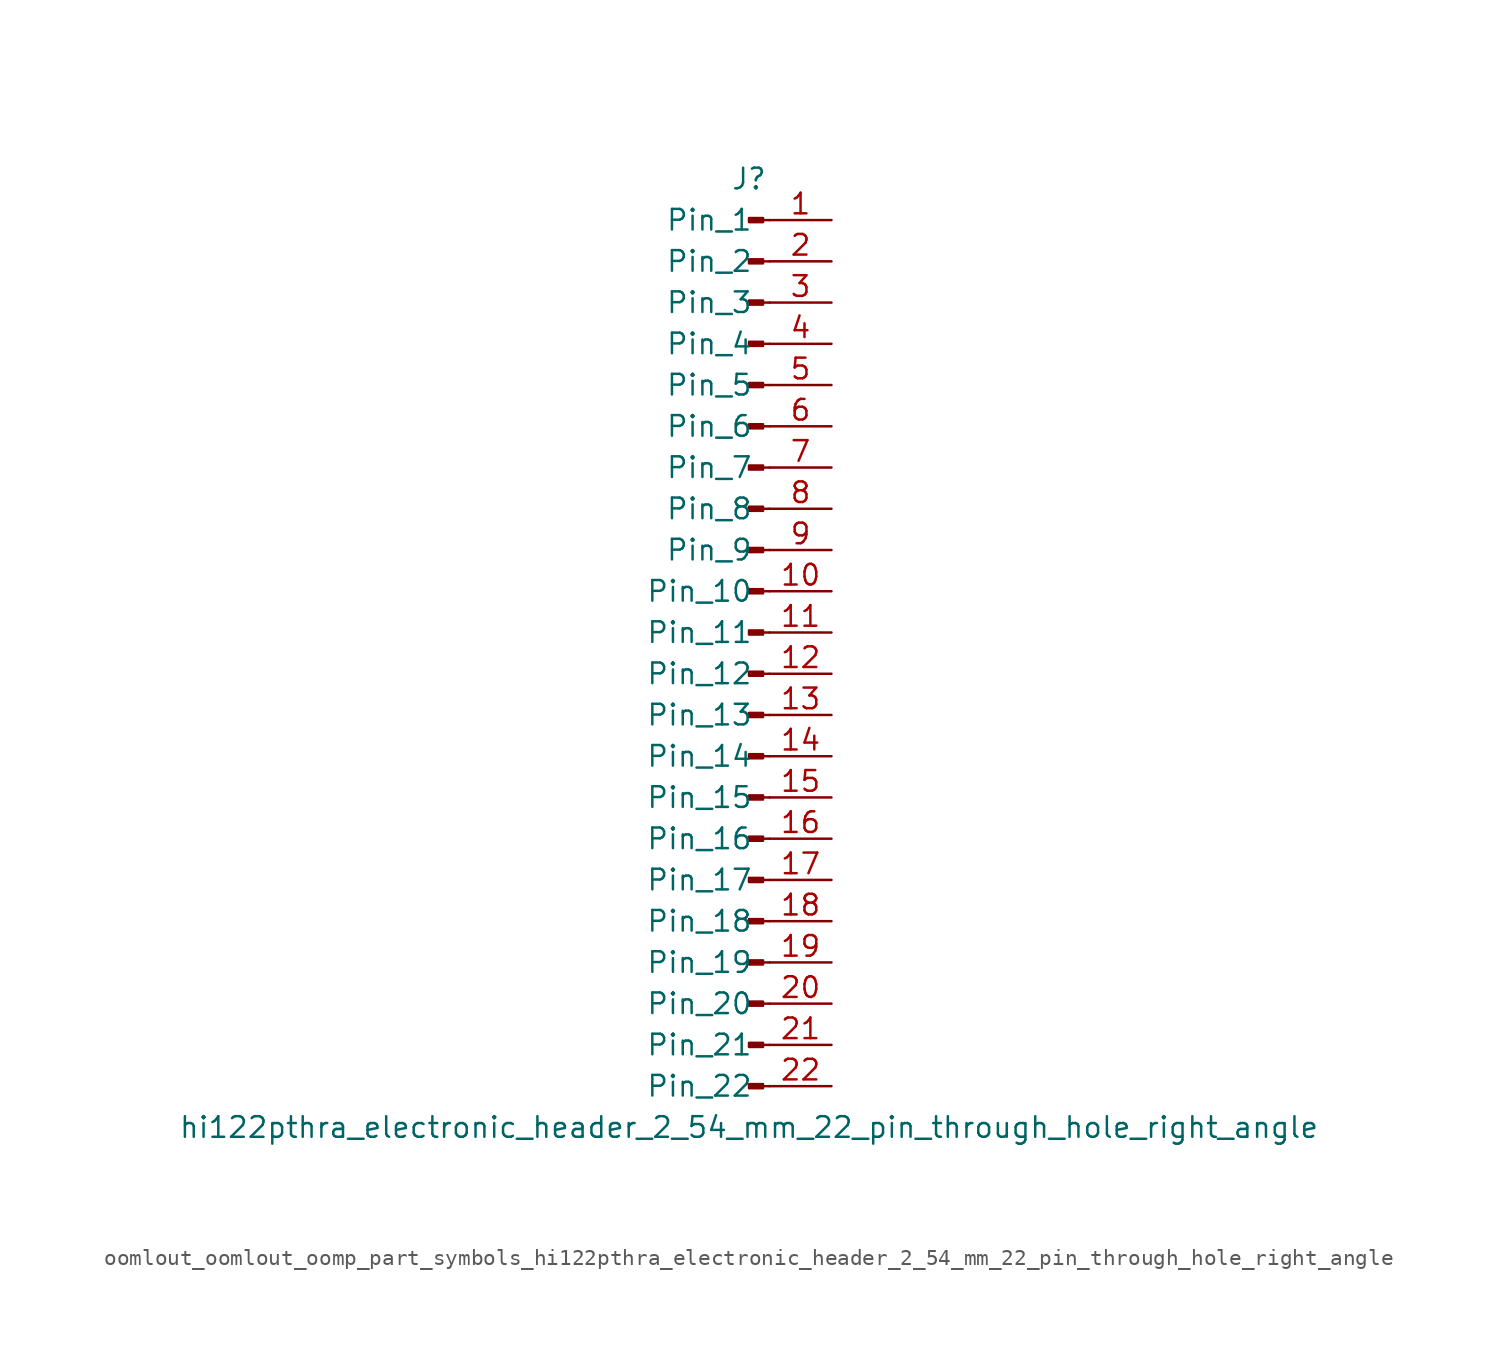
<source format=kicad_sym>
(kicad_symbol_lib
  (version 20220914)
  (generator kicad_symbol_editor)
  (symbol "oomlout_oomlout_oomp_part_symbols_hi122pthra_electronic_header_2_54_mm_22_pin_through_hole_right_angle"
    (pin_names
      (offset 1.016))
    (property "Reference" "J"
      (at 0 27.94 0)
      (effects (font (size 1.27 1.27))))
    (property "Value" "hi122pthra_electronic_header_2_54_mm_22_pin_through_hole_right_angle"
      (at 0 -30.48 0)
      (effects (font (size 1.27 1.27))))
    (property "ki_locked" ""
      (at 0 0 0)
      (effects (font (size 1.27 1.27))))
    (symbol "oomlout_oomlout_oomp_part_symbols_hi122pthra_electronic_header_2_54_mm_22_pin_through_hole_right_angle_1_1"
      (polyline (pts (xy 1.27 -27.94) (xy 0.864 -27.94)) (stroke (width 0.152) (type default)) (fill (type none)))
      (polyline (pts (xy 1.27 -25.4) (xy 0.864 -25.4)) (stroke (width 0.152) (type default)) (fill (type none)))
      (polyline (pts (xy 1.27 -22.86) (xy 0.864 -22.86)) (stroke (width 0.152) (type default)) (fill (type none)))
      (polyline (pts (xy 1.27 -20.32) (xy 0.864 -20.32)) (stroke (width 0.152) (type default)) (fill (type none)))
      (polyline (pts (xy 1.27 -17.78) (xy 0.864 -17.78)) (stroke (width 0.152) (type default)) (fill (type none)))
      (polyline (pts (xy 1.27 -15.24) (xy 0.864 -15.24)) (stroke (width 0.152) (type default)) (fill (type none)))
      (polyline (pts (xy 1.27 -12.7) (xy 0.864 -12.7)) (stroke (width 0.152) (type default)) (fill (type none)))
      (polyline (pts (xy 1.27 -10.16) (xy 0.864 -10.16)) (stroke (width 0.152) (type default)) (fill (type none)))
      (polyline (pts (xy 1.27 -7.62) (xy 0.864 -7.62)) (stroke (width 0.152) (type default)) (fill (type none)))
      (polyline (pts (xy 1.27 -5.08) (xy 0.864 -5.08)) (stroke (width 0.152) (type default)) (fill (type none)))
      (polyline (pts (xy 1.27 -2.54) (xy 0.864 -2.54)) (stroke (width 0.152) (type default)) (fill (type none)))
      (polyline (pts (xy 1.27 0) (xy 0.864 0)) (stroke (width 0.152) (type default)) (fill (type none)))
      (polyline (pts (xy 1.27 2.54) (xy 0.864 2.54)) (stroke (width 0.152) (type default)) (fill (type none)))
      (polyline (pts (xy 1.27 5.08) (xy 0.864 5.08)) (stroke (width 0.152) (type default)) (fill (type none)))
      (polyline (pts (xy 1.27 7.62) (xy 0.864 7.62)) (stroke (width 0.152) (type default)) (fill (type none)))
      (polyline (pts (xy 1.27 10.16) (xy 0.864 10.16)) (stroke (width 0.152) (type default)) (fill (type none)))
      (polyline (pts (xy 1.27 12.7) (xy 0.864 12.7)) (stroke (width 0.152) (type default)) (fill (type none)))
      (polyline (pts (xy 1.27 15.24) (xy 0.864 15.24)) (stroke (width 0.152) (type default)) (fill (type none)))
      (polyline (pts (xy 1.27 17.78) (xy 0.864 17.78)) (stroke (width 0.152) (type default)) (fill (type none)))
      (polyline (pts (xy 1.27 20.32) (xy 0.864 20.32)) (stroke (width 0.152) (type default)) (fill (type none)))
      (polyline (pts (xy 1.27 22.86) (xy 0.864 22.86)) (stroke (width 0.152) (type default)) (fill (type none)))
      (polyline (pts (xy 1.27 25.4) (xy 0.864 25.4)) (stroke (width 0.152) (type default)) (fill (type none)))
      (rectangle (start 0.864 -27.813) (end 0 -28.067) (stroke (width 0.152) (type default)) (fill (type outline)))
      (rectangle (start 0.864 -25.273) (end 0 -25.527) (stroke (width 0.152) (type default)) (fill (type outline)))
      (rectangle (start 0.864 -22.733) (end 0 -22.987) (stroke (width 0.152) (type default)) (fill (type outline)))
      (rectangle (start 0.864 -20.193) (end 0 -20.447) (stroke (width 0.152) (type default)) (fill (type outline)))
      (rectangle (start 0.864 -17.653) (end 0 -17.907) (stroke (width 0.152) (type default)) (fill (type outline)))
      (rectangle (start 0.864 -15.113) (end 0 -15.367) (stroke (width 0.152) (type default)) (fill (type outline)))
      (rectangle (start 0.864 -12.573) (end 0 -12.827) (stroke (width 0.152) (type default)) (fill (type outline)))
      (rectangle (start 0.864 -10.033) (end 0 -10.287) (stroke (width 0.152) (type default)) (fill (type outline)))
      (rectangle (start 0.864 -7.493) (end 0 -7.747) (stroke (width 0.152) (type default)) (fill (type outline)))
      (rectangle (start 0.864 -4.953) (end 0 -5.207) (stroke (width 0.152) (type default)) (fill (type outline)))
      (rectangle (start 0.864 -2.413) (end 0 -2.667) (stroke (width 0.152) (type default)) (fill (type outline)))
      (rectangle (start 0.864 0.127) (end 0 -0.127) (stroke (width 0.152) (type default)) (fill (type outline)))
      (rectangle (start 0.864 2.667) (end 0 2.413) (stroke (width 0.152) (type default)) (fill (type outline)))
      (rectangle (start 0.864 5.207) (end 0 4.953) (stroke (width 0.152) (type default)) (fill (type outline)))
      (rectangle (start 0.864 7.747) (end 0 7.493) (stroke (width 0.152) (type default)) (fill (type outline)))
      (rectangle (start 0.864 10.287) (end 0 10.033) (stroke (width 0.152) (type default)) (fill (type outline)))
      (rectangle (start 0.864 12.827) (end 0 12.573) (stroke (width 0.152) (type default)) (fill (type outline)))
      (rectangle (start 0.864 15.367) (end 0 15.113) (stroke (width 0.152) (type default)) (fill (type outline)))
      (rectangle (start 0.864 17.907) (end 0 17.653) (stroke (width 0.152) (type default)) (fill (type outline)))
      (rectangle (start 0.864 20.447) (end 0 20.193) (stroke (width 0.152) (type default)) (fill (type outline)))
      (rectangle (start 0.864 22.987) (end 0 22.733) (stroke (width 0.152) (type default)) (fill (type outline)))
      (rectangle (start 0.864 25.527) (end 0 25.273) (stroke (width 0.152) (type default)) (fill (type outline)))
      (pin passive line (at 5.08 25.4 180) (length 3.81) (name "Pin_1" (effects (font (size 1.27 1.27)))) (number "1" (effects (font (size 1.27 1.27)))))
      (pin passive line (at 5.08 2.54 180) (length 3.81) (name "Pin_10" (effects (font (size 1.27 1.27)))) (number "10" (effects (font (size 1.27 1.27)))))
      (pin passive line (at 5.08 0 180) (length 3.81) (name "Pin_11" (effects (font (size 1.27 1.27)))) (number "11" (effects (font (size 1.27 1.27)))))
      (pin passive line (at 5.08 -2.54 180) (length 3.81) (name "Pin_12" (effects (font (size 1.27 1.27)))) (number "12" (effects (font (size 1.27 1.27)))))
      (pin passive line (at 5.08 -5.08 180) (length 3.81) (name "Pin_13" (effects (font (size 1.27 1.27)))) (number "13" (effects (font (size 1.27 1.27)))))
      (pin passive line (at 5.08 -7.62 180) (length 3.81) (name "Pin_14" (effects (font (size 1.27 1.27)))) (number "14" (effects (font (size 1.27 1.27)))))
      (pin passive line (at 5.08 -10.16 180) (length 3.81) (name "Pin_15" (effects (font (size 1.27 1.27)))) (number "15" (effects (font (size 1.27 1.27)))))
      (pin passive line (at 5.08 -12.7 180) (length 3.81) (name "Pin_16" (effects (font (size 1.27 1.27)))) (number "16" (effects (font (size 1.27 1.27)))))
      (pin passive line (at 5.08 -15.24 180) (length 3.81) (name "Pin_17" (effects (font (size 1.27 1.27)))) (number "17" (effects (font (size 1.27 1.27)))))
      (pin passive line (at 5.08 -17.78 180) (length 3.81) (name "Pin_18" (effects (font (size 1.27 1.27)))) (number "18" (effects (font (size 1.27 1.27)))))
      (pin passive line (at 5.08 -20.32 180) (length 3.81) (name "Pin_19" (effects (font (size 1.27 1.27)))) (number "19" (effects (font (size 1.27 1.27)))))
      (pin passive line (at 5.08 22.86 180) (length 3.81) (name "Pin_2" (effects (font (size 1.27 1.27)))) (number "2" (effects (font (size 1.27 1.27)))))
      (pin passive line (at 5.08 -22.86 180) (length 3.81) (name "Pin_20" (effects (font (size 1.27 1.27)))) (number "20" (effects (font (size 1.27 1.27)))))
      (pin passive line (at 5.08 -25.4 180) (length 3.81) (name "Pin_21" (effects (font (size 1.27 1.27)))) (number "21" (effects (font (size 1.27 1.27)))))
      (pin passive line (at 5.08 -27.94 180) (length 3.81) (name "Pin_22" (effects (font (size 1.27 1.27)))) (number "22" (effects (font (size 1.27 1.27)))))
      (pin passive line (at 5.08 20.32 180) (length 3.81) (name "Pin_3" (effects (font (size 1.27 1.27)))) (number "3" (effects (font (size 1.27 1.27)))))
      (pin passive line (at 5.08 17.78 180) (length 3.81) (name "Pin_4" (effects (font (size 1.27 1.27)))) (number "4" (effects (font (size 1.27 1.27)))))
      (pin passive line (at 5.08 15.24 180) (length 3.81) (name "Pin_5" (effects (font (size 1.27 1.27)))) (number "5" (effects (font (size 1.27 1.27)))))
      (pin passive line (at 5.08 12.7 180) (length 3.81) (name "Pin_6" (effects (font (size 1.27 1.27)))) (number "6" (effects (font (size 1.27 1.27)))))
      (pin passive line (at 5.08 10.16 180) (length 3.81) (name "Pin_7" (effects (font (size 1.27 1.27)))) (number "7" (effects (font (size 1.27 1.27)))))
      (pin passive line (at 5.08 7.62 180) (length 3.81) (name "Pin_8" (effects (font (size 1.27 1.27)))) (number "8" (effects (font (size 1.27 1.27)))))
      (pin passive line (at 5.08 5.08 180) (length 3.81) (name "Pin_9" (effects (font (size 1.27 1.27)))) (number "9" (effects (font (size 1.27 1.27))))))))
</source>
